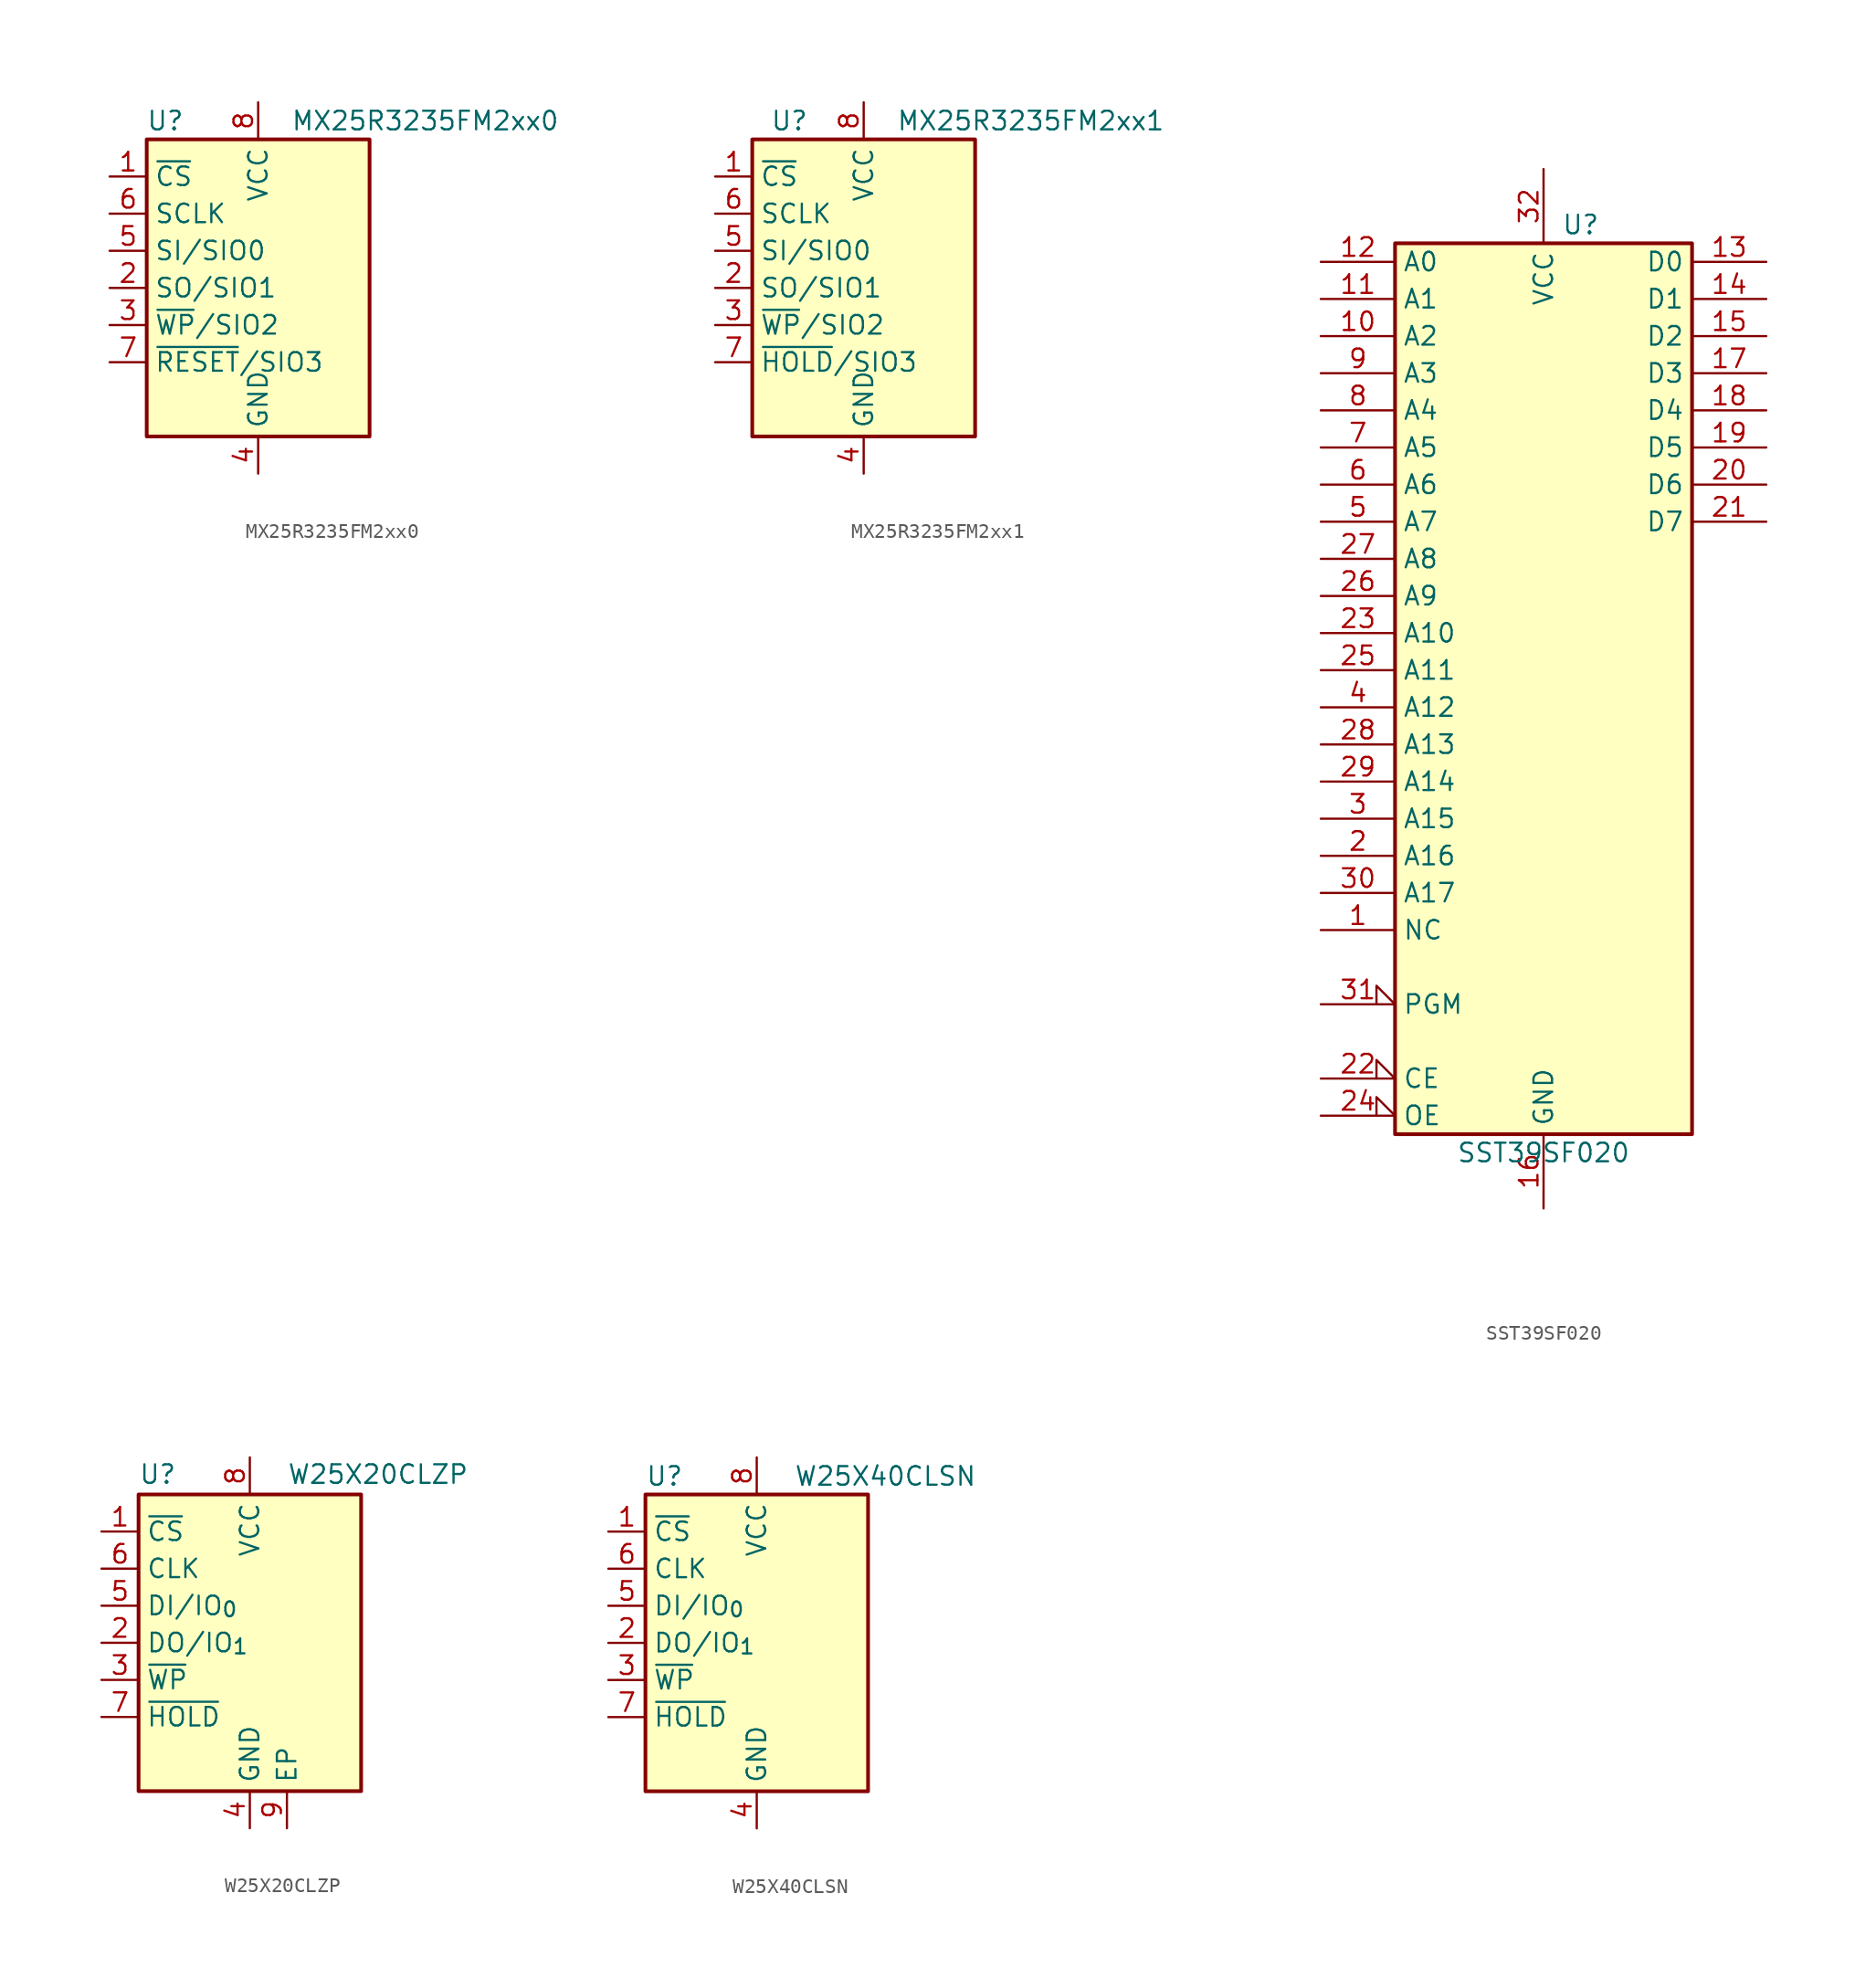
<source format=kicad_sym>
(kicad_symbol_lib
  (version 20241209)
  (generator "kicad_symbol_editor")
  (generator_version "9.0")
  (symbol "MX25R3235FM2xx0"
    (property "Reference" "U"
      (at -6.35 11.43 0)
      (effects (font (size 1.27 1.27))))
    (property "Value" "MX25R3235FM2xx0"
      (at 11.43 11.43 0)
      (effects (font (size 1.27 1.27))))
    (symbol "MX25R3235FM2xx0_0_1"
      (rectangle (start -7.62 10.16) (end 7.62 -10.16) (stroke (width 0.254) (type default)) (fill (type background))))
    (symbol "MX25R3235FM2xx0_1_1"
      (pin input line (at -10.16 7.62 0) (length 2.54) (name "~{CS}" (effects (font (size 1.27 1.27)))) (number "1" (effects (font (size 1.27 1.27)))))
      (pin input line (at -10.16 5.08 0) (length 2.54) (name "SCLK" (effects (font (size 1.27 1.27)))) (number "6" (effects (font (size 1.27 1.27)))))
      (pin bidirectional line (at -10.16 2.54 0) (length 2.54) (name "SI/SIO0" (effects (font (size 1.27 1.27)))) (number "5" (effects (font (size 1.27 1.27)))))
      (pin bidirectional line (at -10.16 0 0) (length 2.54) (name "SO/SIO1" (effects (font (size 1.27 1.27)))) (number "2" (effects (font (size 1.27 1.27)))))
      (pin bidirectional line (at -10.16 -2.54 0) (length 2.54) (name "~{WP}/SIO2" (effects (font (size 1.27 1.27)))) (number "3" (effects (font (size 1.27 1.27)))))
      (pin bidirectional line (at -10.16 -5.08 0) (length 2.54) (name "~{RESET}/SIO3" (effects (font (size 1.27 1.27)))) (number "7" (effects (font (size 1.27 1.27)))))
      (pin power_in line (at 0 12.7 270) (length 2.54) (name "VCC" (effects (font (size 1.27 1.27)))) (number "8" (effects (font (size 1.27 1.27)))))
      (pin power_in line (at 0 -12.7 90) (length 2.54) (name "GND" (effects (font (size 1.27 1.27)))) (number "4" (effects (font (size 1.27 1.27)))))))
  (symbol "MX25R3235FM2xx1"
    (property "Reference" "U"
      (at -5.08 11.43 0)
      (effects (font (size 1.27 1.27))))
    (property "Value" "MX25R3235FM2xx1"
      (at 11.43 11.43 0)
      (effects (font (size 1.27 1.27))))
    (symbol "MX25R3235FM2xx1_0_1"
      (rectangle (start -7.62 10.16) (end 7.62 -10.16) (stroke (width 0.254) (type default)) (fill (type background))))
    (symbol "MX25R3235FM2xx1_1_1"
      (pin input line (at -10.16 7.62 0) (length 2.54) (name "~{CS}" (effects (font (size 1.27 1.27)))) (number "1" (effects (font (size 1.27 1.27)))))
      (pin input line (at -10.16 5.08 0) (length 2.54) (name "SCLK" (effects (font (size 1.27 1.27)))) (number "6" (effects (font (size 1.27 1.27)))))
      (pin bidirectional line (at -10.16 2.54 0) (length 2.54) (name "SI/SIO0" (effects (font (size 1.27 1.27)))) (number "5" (effects (font (size 1.27 1.27)))))
      (pin bidirectional line (at -10.16 0 0) (length 2.54) (name "SO/SIO1" (effects (font (size 1.27 1.27)))) (number "2" (effects (font (size 1.27 1.27)))))
      (pin bidirectional line (at -10.16 -2.54 0) (length 2.54) (name "~{WP}/SIO2" (effects (font (size 1.27 1.27)))) (number "3" (effects (font (size 1.27 1.27)))))
      (pin bidirectional line (at -10.16 -5.08 0) (length 2.54) (name "~{HOLD}/SIO3" (effects (font (size 1.27 1.27)))) (number "7" (effects (font (size 1.27 1.27)))))
      (pin power_in line (at 0 12.7 270) (length 2.54) (name "VCC" (effects (font (size 1.27 1.27)))) (number "8" (effects (font (size 1.27 1.27)))))
      (pin power_in line (at 0 -12.7 90) (length 2.54) (name "GND" (effects (font (size 1.27 1.27)))) (number "4" (effects (font (size 1.27 1.27)))))))
  (symbol "SST39SF020"
    (property "Reference" "U"
      (at 2.54 33.02 0)
      (effects (font (size 1.27 1.27))))
    (property "Value" "SST39SF020"
      (at 0 -30.48 0)
      (effects (font (size 1.27 1.27))))
    (symbol "SST39SF020_0_0"
      (pin power_in line (at 0 36.83 270) (length 5.08) (name "VCC" (effects (font (size 1.27 1.27)))) (number "32" (effects (font (size 1.27 1.27)))))
      (pin power_in line (at 0 -34.29 90) (length 5.08) (name "GND" (effects (font (size 1.27 1.27)))) (number "16" (effects (font (size 1.27 1.27))))))
    (symbol "SST39SF020_0_1"
      (rectangle (start -10.16 31.75) (end 10.16 -29.21) (stroke (width 0.254) (type default)) (fill (type background))))
    (symbol "SST39SF020_1_1"
      (pin input line (at -15.24 30.48 0) (length 5.08) (name "A0" (effects (font (size 1.27 1.27)))) (number "12" (effects (font (size 1.27 1.27)))))
      (pin input line (at -15.24 27.94 0) (length 5.08) (name "A1" (effects (font (size 1.27 1.27)))) (number "11" (effects (font (size 1.27 1.27)))))
      (pin input line (at -15.24 25.4 0) (length 5.08) (name "A2" (effects (font (size 1.27 1.27)))) (number "10" (effects (font (size 1.27 1.27)))))
      (pin input line (at -15.24 22.86 0) (length 5.08) (name "A3" (effects (font (size 1.27 1.27)))) (number "9" (effects (font (size 1.27 1.27)))))
      (pin input line (at -15.24 20.32 0) (length 5.08) (name "A4" (effects (font (size 1.27 1.27)))) (number "8" (effects (font (size 1.27 1.27)))))
      (pin input line (at -15.24 17.78 0) (length 5.08) (name "A5" (effects (font (size 1.27 1.27)))) (number "7" (effects (font (size 1.27 1.27)))))
      (pin input line (at -15.24 15.24 0) (length 5.08) (name "A6" (effects (font (size 1.27 1.27)))) (number "6" (effects (font (size 1.27 1.27)))))
      (pin input line (at -15.24 12.7 0) (length 5.08) (name "A7" (effects (font (size 1.27 1.27)))) (number "5" (effects (font (size 1.27 1.27)))))
      (pin input line (at -15.24 10.16 0) (length 5.08) (name "A8" (effects (font (size 1.27 1.27)))) (number "27" (effects (font (size 1.27 1.27)))))
      (pin input line (at -15.24 7.62 0) (length 5.08) (name "A9" (effects (font (size 1.27 1.27)))) (number "26" (effects (font (size 1.27 1.27)))))
      (pin input line (at -15.24 5.08 0) (length 5.08) (name "A10" (effects (font (size 1.27 1.27)))) (number "23" (effects (font (size 1.27 1.27)))))
      (pin input line (at -15.24 2.54 0) (length 5.08) (name "A11" (effects (font (size 1.27 1.27)))) (number "25" (effects (font (size 1.27 1.27)))))
      (pin input line (at -15.24 0 0) (length 5.08) (name "A12" (effects (font (size 1.27 1.27)))) (number "4" (effects (font (size 1.27 1.27)))))
      (pin input line (at -15.24 -2.54 0) (length 5.08) (name "A13" (effects (font (size 1.27 1.27)))) (number "28" (effects (font (size 1.27 1.27)))))
      (pin input line (at -15.24 -5.08 0) (length 5.08) (name "A14" (effects (font (size 1.27 1.27)))) (number "29" (effects (font (size 1.27 1.27)))))
      (pin input line (at -15.24 -7.62 0) (length 5.08) (name "A15" (effects (font (size 1.27 1.27)))) (number "3" (effects (font (size 1.27 1.27)))))
      (pin input line (at -15.24 -10.16 0) (length 5.08) (name "A16" (effects (font (size 1.27 1.27)))) (number "2" (effects (font (size 1.27 1.27)))))
      (pin input line (at -15.24 -12.7 0) (length 5.08) (name "A17" (effects (font (size 1.27 1.27)))) (number "30" (effects (font (size 1.27 1.27)))))
      (pin input line (at -15.24 -15.24 0) (length 5.08) (name "NC" (effects (font (size 1.27 1.27)))) (number "1" (effects (font (size 1.27 1.27)))))
      (pin input input_low (at -15.24 -20.32 0) (length 5.08) (name "PGM" (effects (font (size 1.27 1.27)))) (number "31" (effects (font (size 1.27 1.27)))))
      (pin input input_low (at -15.24 -25.4 0) (length 5.08) (name "CE" (effects (font (size 1.27 1.27)))) (number "22" (effects (font (size 1.27 1.27)))))
      (pin input input_low (at -15.24 -27.94 0) (length 5.08) (name "OE" (effects (font (size 1.27 1.27)))) (number "24" (effects (font (size 1.27 1.27)))))
      (pin tri_state line (at 15.24 30.48 180) (length 5.08) (name "D0" (effects (font (size 1.27 1.27)))) (number "13" (effects (font (size 1.27 1.27)))))
      (pin tri_state line (at 15.24 27.94 180) (length 5.08) (name "D1" (effects (font (size 1.27 1.27)))) (number "14" (effects (font (size 1.27 1.27)))))
      (pin tri_state line (at 15.24 25.4 180) (length 5.08) (name "D2" (effects (font (size 1.27 1.27)))) (number "15" (effects (font (size 1.27 1.27)))))
      (pin tri_state line (at 15.24 22.86 180) (length 5.08) (name "D3" (effects (font (size 1.27 1.27)))) (number "17" (effects (font (size 1.27 1.27)))))
      (pin tri_state line (at 15.24 20.32 180) (length 5.08) (name "D4" (effects (font (size 1.27 1.27)))) (number "18" (effects (font (size 1.27 1.27)))))
      (pin tri_state line (at 15.24 17.78 180) (length 5.08) (name "D5" (effects (font (size 1.27 1.27)))) (number "19" (effects (font (size 1.27 1.27)))))
      (pin tri_state line (at 15.24 15.24 180) (length 5.08) (name "D6" (effects (font (size 1.27 1.27)))) (number "20" (effects (font (size 1.27 1.27)))))
      (pin tri_state line (at 15.24 12.7 180) (length 5.08) (name "D7" (effects (font (size 1.27 1.27)))) (number "21" (effects (font (size 1.27 1.27)))))))
  (symbol "W25X20CLZP"
    (property "Reference" "U"
      (at -7.62 10.795 0)
      (effects (font (size 1.27 1.27)) (justify left bottom)))
    (property "Value" "W25X20CLZP"
      (at 2.54 10.795 0)
      (effects (font (size 1.27 1.27)) (justify left bottom)))
    (symbol "W25X20CLZP_0_1"
      (rectangle (start -7.62 10.16) (end 7.62 -10.16) (stroke (width 0.254) (type default)) (fill (type background))))
    (symbol "W25X20CLZP_1_1"
      (pin input line (at -10.16 7.62 0) (length 2.54) (name "~{CS}" (effects (font (size 1.27 1.27)))) (number "1" (effects (font (size 1.27 1.27)))))
      (pin input line (at -10.16 5.08 0) (length 2.54) (name "CLK" (effects (font (size 1.27 1.27)))) (number "6" (effects (font (size 1.27 1.27)))))
      (pin bidirectional line (at -10.16 2.54 0) (length 2.54) (name "DI/IO_{0}" (effects (font (size 1.27 1.27)))) (number "5" (effects (font (size 1.27 1.27)))))
      (pin bidirectional line (at -10.16 0 0) (length 2.54) (name "DO/IO_{1}" (effects (font (size 1.27 1.27)))) (number "2" (effects (font (size 1.27 1.27)))))
      (pin bidirectional line (at -10.16 -2.54 0) (length 2.54) (name "~{WP}" (effects (font (size 1.27 1.27)))) (number "3" (effects (font (size 1.27 1.27)))))
      (pin bidirectional line (at -10.16 -5.08 0) (length 2.54) (name "~{HOLD}" (effects (font (size 1.27 1.27)))) (number "7" (effects (font (size 1.27 1.27)))))
      (pin power_in line (at 0 12.7 270) (length 2.54) (name "VCC" (effects (font (size 1.27 1.27)))) (number "8" (effects (font (size 1.27 1.27)))))
      (pin power_in line (at 0 -12.7 90) (length 2.54) (name "GND" (effects (font (size 1.27 1.27)))) (number "4" (effects (font (size 1.27 1.27)))))
      (pin passive line (at 2.54 -12.7 90) (length 2.54) (name "EP" (effects (font (size 1.27 1.27)))) (number "9" (effects (font (size 1.27 1.27)))))))
  (symbol "W25X40CLSN"
    (property "Reference" "U"
      (at -7.62 10.668 0)
      (effects (font (size 1.27 1.27)) (justify left bottom)))
    (property "Value" "W25X40CLSN"
      (at 2.54 10.668 0)
      (effects (font (size 1.27 1.27)) (justify left bottom)))
    (symbol "W25X40CLSN_0_1"
      (rectangle (start -7.62 10.16) (end 7.62 -10.16) (stroke (width 0.254) (type default)) (fill (type background))))
    (symbol "W25X40CLSN_1_1"
      (pin input line (at -10.16 7.62 0) (length 2.54) (name "~{CS}" (effects (font (size 1.27 1.27)))) (number "1" (effects (font (size 1.27 1.27)))))
      (pin input line (at -10.16 5.08 0) (length 2.54) (name "CLK" (effects (font (size 1.27 1.27)))) (number "6" (effects (font (size 1.27 1.27)))))
      (pin bidirectional line (at -10.16 2.54 0) (length 2.54) (name "DI/IO_{0}" (effects (font (size 1.27 1.27)))) (number "5" (effects (font (size 1.27 1.27)))))
      (pin bidirectional line (at -10.16 0 0) (length 2.54) (name "DO/IO_{1}" (effects (font (size 1.27 1.27)))) (number "2" (effects (font (size 1.27 1.27)))))
      (pin bidirectional line (at -10.16 -2.54 0) (length 2.54) (name "~{WP}" (effects (font (size 1.27 1.27)))) (number "3" (effects (font (size 1.27 1.27)))))
      (pin bidirectional line (at -10.16 -5.08 0) (length 2.54) (name "~{HOLD}" (effects (font (size 1.27 1.27)))) (number "7" (effects (font (size 1.27 1.27)))))
      (pin power_in line (at 0 12.7 270) (length 2.54) (name "VCC" (effects (font (size 1.27 1.27)))) (number "8" (effects (font (size 1.27 1.27)))))
      (pin power_in line (at 0 -12.7 90) (length 2.54) (name "GND" (effects (font (size 1.27 1.27)))) (number "4" (effects (font (size 1.27 1.27))))))))
</source>
